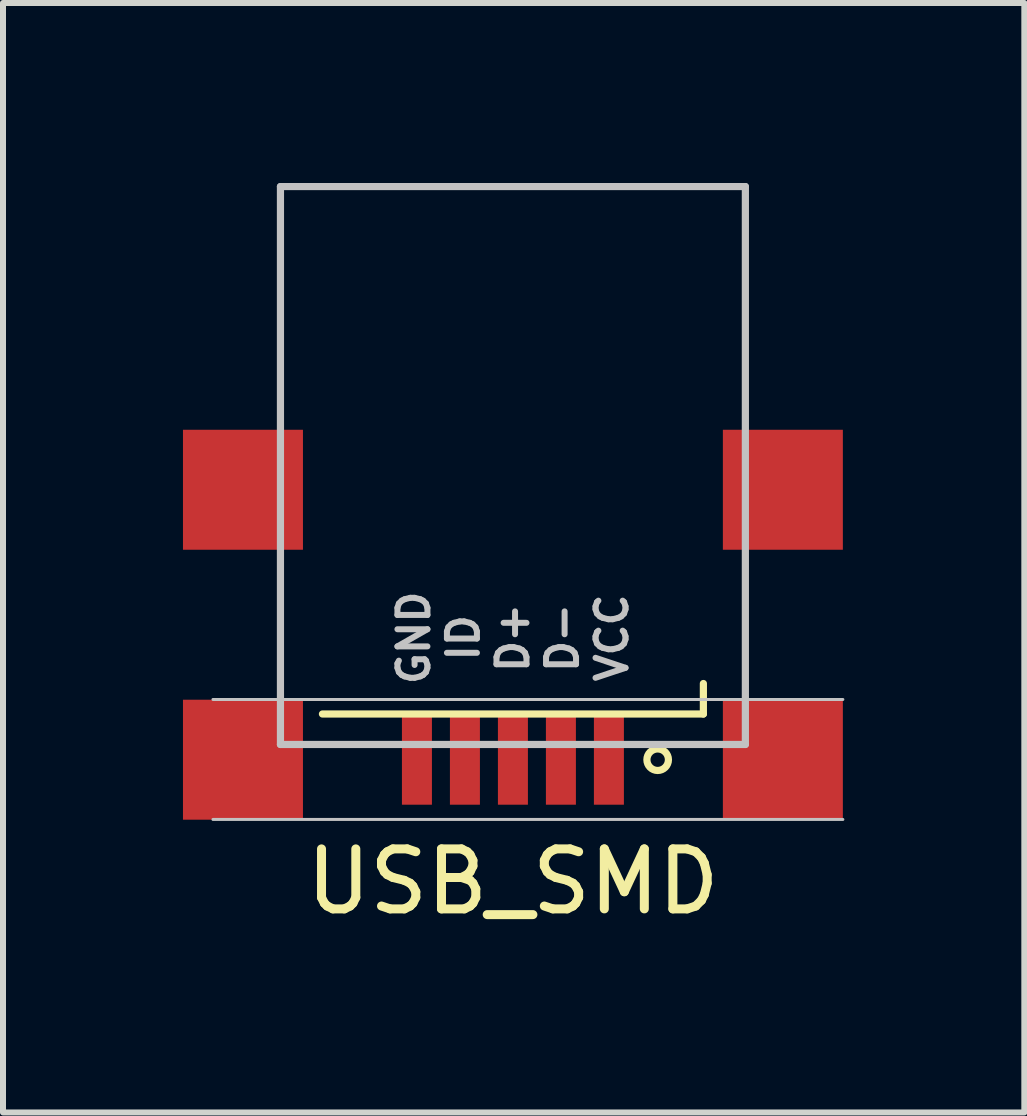
<source format=kicad_pcb>
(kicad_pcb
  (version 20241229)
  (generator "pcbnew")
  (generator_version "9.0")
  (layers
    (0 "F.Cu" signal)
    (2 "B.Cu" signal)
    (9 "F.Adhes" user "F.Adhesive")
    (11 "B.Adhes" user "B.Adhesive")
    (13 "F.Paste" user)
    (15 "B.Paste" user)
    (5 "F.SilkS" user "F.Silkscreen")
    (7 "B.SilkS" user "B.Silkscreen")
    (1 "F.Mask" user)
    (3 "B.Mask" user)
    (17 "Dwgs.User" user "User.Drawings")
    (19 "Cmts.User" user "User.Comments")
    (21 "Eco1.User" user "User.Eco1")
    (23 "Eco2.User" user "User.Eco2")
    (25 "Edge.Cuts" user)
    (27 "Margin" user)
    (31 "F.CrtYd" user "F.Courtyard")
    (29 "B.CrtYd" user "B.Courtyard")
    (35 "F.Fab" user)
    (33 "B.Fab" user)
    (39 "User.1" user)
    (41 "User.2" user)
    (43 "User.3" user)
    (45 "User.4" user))
  (footprint "USB_SMD"
    (layer "F.Cu")
    (at 5.5 9.36)
    (property "Reference" "USB_SMD" (at 0 2.286 0) (layer "F.SilkS") (effects (font (size 1 1) (thickness 0.15))))
    (attr smd)
    (fp_line (start -3.175 -0.508) (end 3.175 -0.508) (stroke (width 0.12) (type solid)) (layer "F.SilkS"))
    (fp_line (start 3.175 -0.508) (end 3.175 -1.016) (stroke (width 0.12) (type solid)) (layer "F.SilkS"))
    (fp_circle (center 2.413 0.254) (end 2.54 0.381) (stroke (width 0.12) (type solid)) (fill no) (layer "F.SilkS"))
    (fp_line (start -5 -0.75) (end 5.5 -0.75) (stroke (width 0.05) (type solid)) (layer "Dwgs.User"))
    (fp_line (start -5 1.25) (end 5.5 1.25) (stroke (width 0.05) (type solid)) (layer "Dwgs.User"))
    (fp_line (start -3.875 -9.3) (end 3.875 -9.3) (stroke (width 0.12) (type solid)) (layer "Dwgs.User"))
    (fp_line (start -3.875 0) (end -3.875 -9.3) (stroke (width 0.12) (type solid)) (layer "Dwgs.User"))
    (fp_line (start -3.875 0) (end 3.875 0) (stroke (width 0.12) (type solid)) (layer "Dwgs.User"))
    (fp_line (start 3.875 0) (end 3.875 -9.3) (stroke (width 0.12) (type solid)) (layer "Dwgs.User"))
    (fp_text user "GND" (at -1.651 -1.778 90) (layer "Dwgs.User") (effects (font (size 0.5 0.5) (thickness 0.1))))
    (fp_text user "D-" (at 0.826 -1.778 90) (layer "Dwgs.User") (effects (font (size 0.5 0.5) (thickness 0.1))))
    (fp_text user "D+" (at 0 -1.778 90) (layer "Dwgs.User") (effects (font (size 0.5 0.5) (thickness 0.1))))
    (fp_text user "VCC" (at 1.651 -1.778 90) (layer "Dwgs.User") (effects (font (size 0.5 0.5) (thickness 0.1))))
    (fp_text user "ID" (at -0.826 -1.778 90) (layer "Dwgs.User") (effects (font (size 0.5 0.5) (thickness 0.1))))
    (pad "1" smd rect (at 1.6 0.254 180) (size 0.5 1.5) (layers "F.Cu" "F.Mask" "F.Paste"))
    (pad "2" smd rect (at 0.8 0.254 180) (size 0.5 1.5) (layers "F.Cu" "F.Mask" "F.Paste"))
    (pad "3" smd rect (at 0 0.254 180) (size 0.5 1.5) (layers "F.Cu" "F.Mask" "F.Paste"))
    (pad "4" smd rect (at -0.8 0.254 180) (size 0.5 1.5) (layers "F.Cu" "F.Mask" "F.Paste"))
    (pad "5" smd rect (at -1.6 0.254 180) (size 0.5 1.5) (layers "F.Cu" "F.Mask" "F.Paste"))
    (pad "6" smd rect (at -4.5 -4.246) (size 2 2) (layers "F.Cu" "F.Mask" "F.Paste"))
    (pad "6" smd rect (at -4.5 0.254) (size 2 2) (layers "F.Cu" "F.Mask" "F.Paste"))
    (pad "6" smd rect (at 4.5 -4.246) (size 2 2) (layers "F.Cu" "F.Mask" "F.Paste"))
    (pad "6" smd rect (at 4.5 0.254) (size 2 2) (layers "F.Cu" "F.Mask" "F.Paste")))
  (gr_rect
    (start -3 -3)
    (end 14.025 15.494)
    (stroke (width 0.1) (type default))
    (fill no)
    (layer "Edge.Cuts")))
</source>
